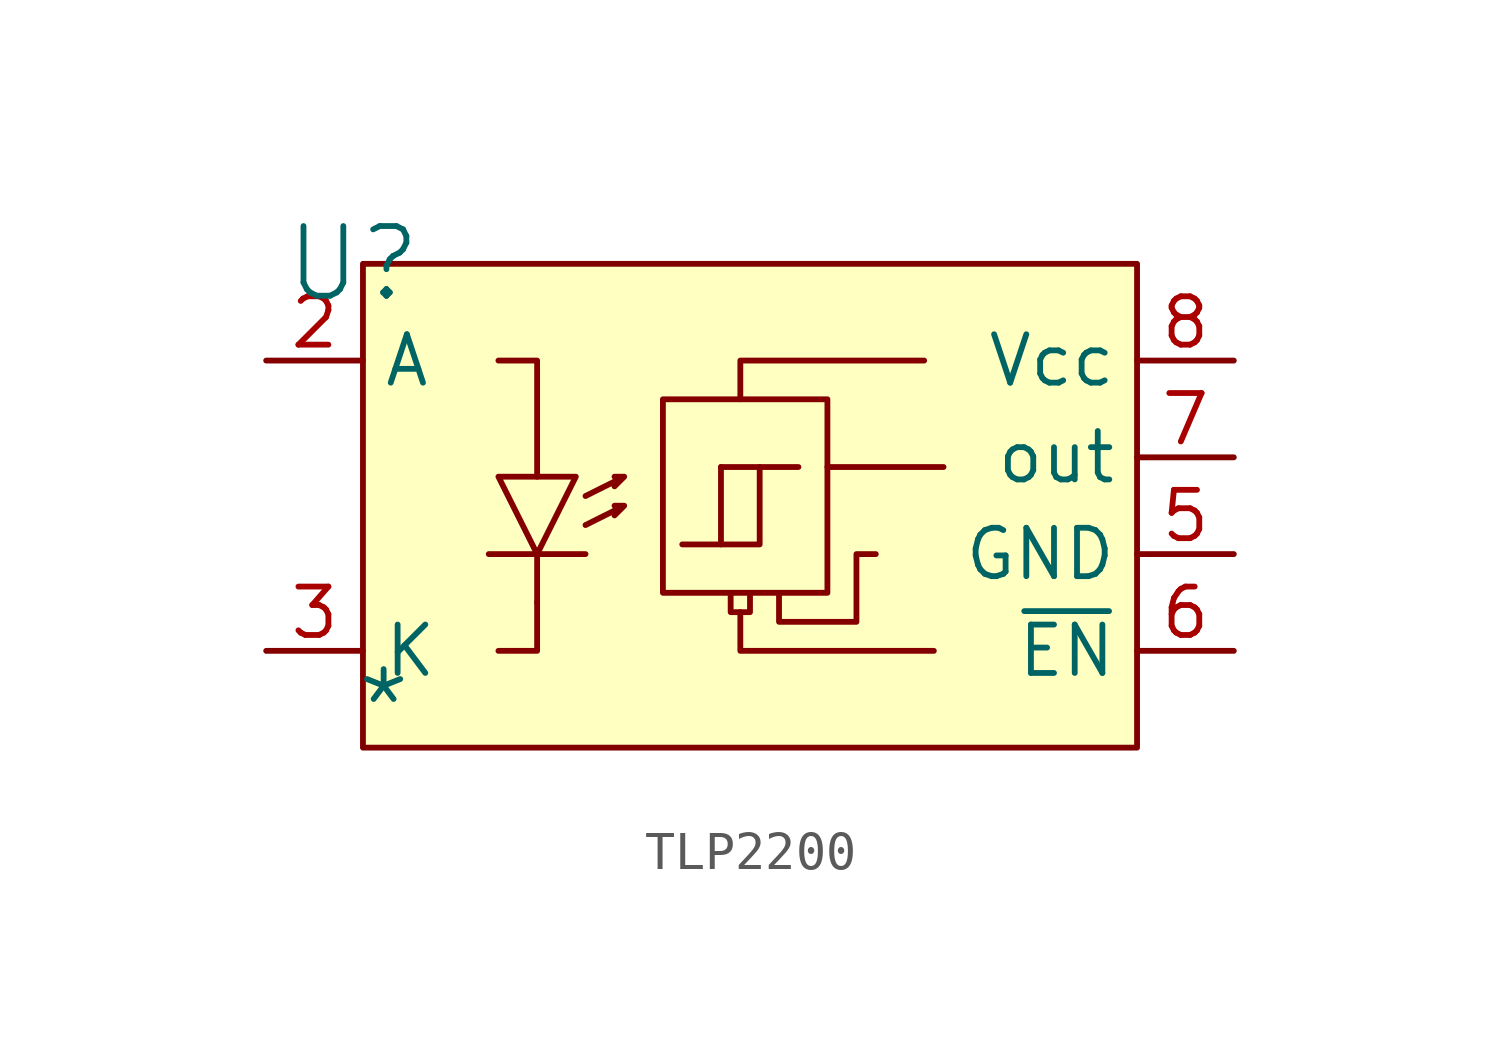
<source format=kicad_sym>
(kicad_symbol_lib
  (version 20241209)
  (generator "kicad_symbol_editor")
  (generator_version "9.0")
  (symbol "TLP2200"
    (property "Reference" "U"
      (at -0.254 0 0)
      (effects (font (size 1.829 1.829))))
    (property "Value" "*"
      (at -0.254 -12.7 0)
      (effects (font (size 1.829 1.829)) (justify left bottom)))
    (symbol "TLP2200_1_0"
      (polyline (pts (xy 3.302 -7.62) (xy 5.842 -7.62)) (stroke (width 0) (type solid)) (fill (type none)))
      (polyline (pts (xy 3.556 -5.588) (xy 5.588 -5.588) (xy 4.572 -7.62) (xy 3.556 -5.588)) (stroke (width 0) (type solid)) (fill (type none)))
      (polyline (pts (xy 4.572 -5.588) (xy 4.572 -2.54) (xy 3.556 -2.54)) (stroke (width 0) (type solid)) (fill (type none)))
      (polyline (pts (xy 4.572 -8.89) (xy 4.572 -7.62)) (stroke (width 0) (type solid)) (fill (type none)))
      (polyline (pts (xy 4.572 -8.89) (xy 4.572 -10.16) (xy 3.556 -10.16)) (stroke (width 0) (type solid)) (fill (type none)))
      (polyline (pts (xy 5.842 -6.096) (xy 6.858 -5.588) (xy 6.604 -5.842) (xy 6.858 -5.588) (xy 6.604 -5.588)) (stroke (width 0) (type solid)) (fill (type none)))
      (polyline (pts (xy 5.842 -6.858) (xy 6.858 -6.35) (xy 6.604 -6.604) (xy 6.858 -6.35) (xy 6.604 -6.35)) (stroke (width 0) (type solid)) (fill (type none)))
      (polyline (pts (xy 7.874 -3.556) (xy 7.874 -8.636) (xy 12.192 -8.636) (xy 12.192 -3.556) (xy 7.874 -3.556)) (stroke (width 0) (type solid)) (fill (type none)))
      (polyline (pts (xy 9.398 -5.334) (xy 11.43 -5.334)) (stroke (width 0) (type solid)) (fill (type none)))
      (polyline (pts (xy 9.398 -7.366) (xy 9.398 -5.334)) (stroke (width 0) (type solid)) (fill (type none)))
      (polyline (pts (xy 9.906 -3.556) (xy 9.906 -2.54) (xy 14.732 -2.54)) (stroke (width 0) (type solid)) (fill (type none)))
      (polyline (pts (xy 10.16 -8.636) (xy 10.16 -9.144) (xy 9.652 -9.144) (xy 9.652 -8.636)) (stroke (width 0) (type solid)) (fill (type none)))
      (polyline (pts (xy 10.414 -5.334) (xy 10.414 -7.366) (xy 8.382 -7.366)) (stroke (width 0) (type solid)) (fill (type none)))
      (polyline (pts (xy 13.462 -7.62) (xy 12.954 -7.62) (xy 12.954 -9.398) (xy 10.922 -9.398) (xy 10.922 -8.636)) (stroke (width 0) (type solid)) (fill (type none)))
      (polyline (pts (xy 14.986 -10.16) (xy 9.906 -10.16) (xy 9.906 -9.144)) (stroke (width 0) (type solid)) (fill (type none)))
      (polyline (pts (xy 15.24 -5.334) (xy 12.192 -5.334)) (stroke (width 0) (type solid)) (fill (type none)))
      (rectangle (start 20.32 0) (end 0 -12.7) (stroke (width 0) (type solid) (color 128 0 0 1)) (fill (type background)))
      (pin passive line (at -2.54 -2.54 0) (length 2.54) (name "A" (effects (font (size 1.27 1.27)))) (number "2" (effects (font (size 1.27 1.27)))))
      (pin passive line (at -2.54 -10.16 0) (length 2.54) (name "K" (effects (font (size 1.27 1.27)))) (number "3" (effects (font (size 1.27 1.27)))))
      (pin passive line (at 22.86 -2.54 180) (length 2.54) (name "Vcc" (effects (font (size 1.27 1.27)))) (number "8" (effects (font (size 1.27 1.27)))))
      (pin passive line (at 22.86 -5.08 180) (length 2.54) (name "out" (effects (font (size 1.27 1.27)))) (number "7" (effects (font (size 1.27 1.27)))))
      (pin passive line (at 22.86 -7.62 180) (length 2.54) (name "GND" (effects (font (size 1.27 1.27)))) (number "5" (effects (font (size 1.27 1.27)))))
      (pin passive line (at 22.86 -10.16 180) (length 2.54) (name "~{EN}" (effects (font (size 1.27 1.27)))) (number "6" (effects (font (size 1.27 1.27))))))))
</source>
